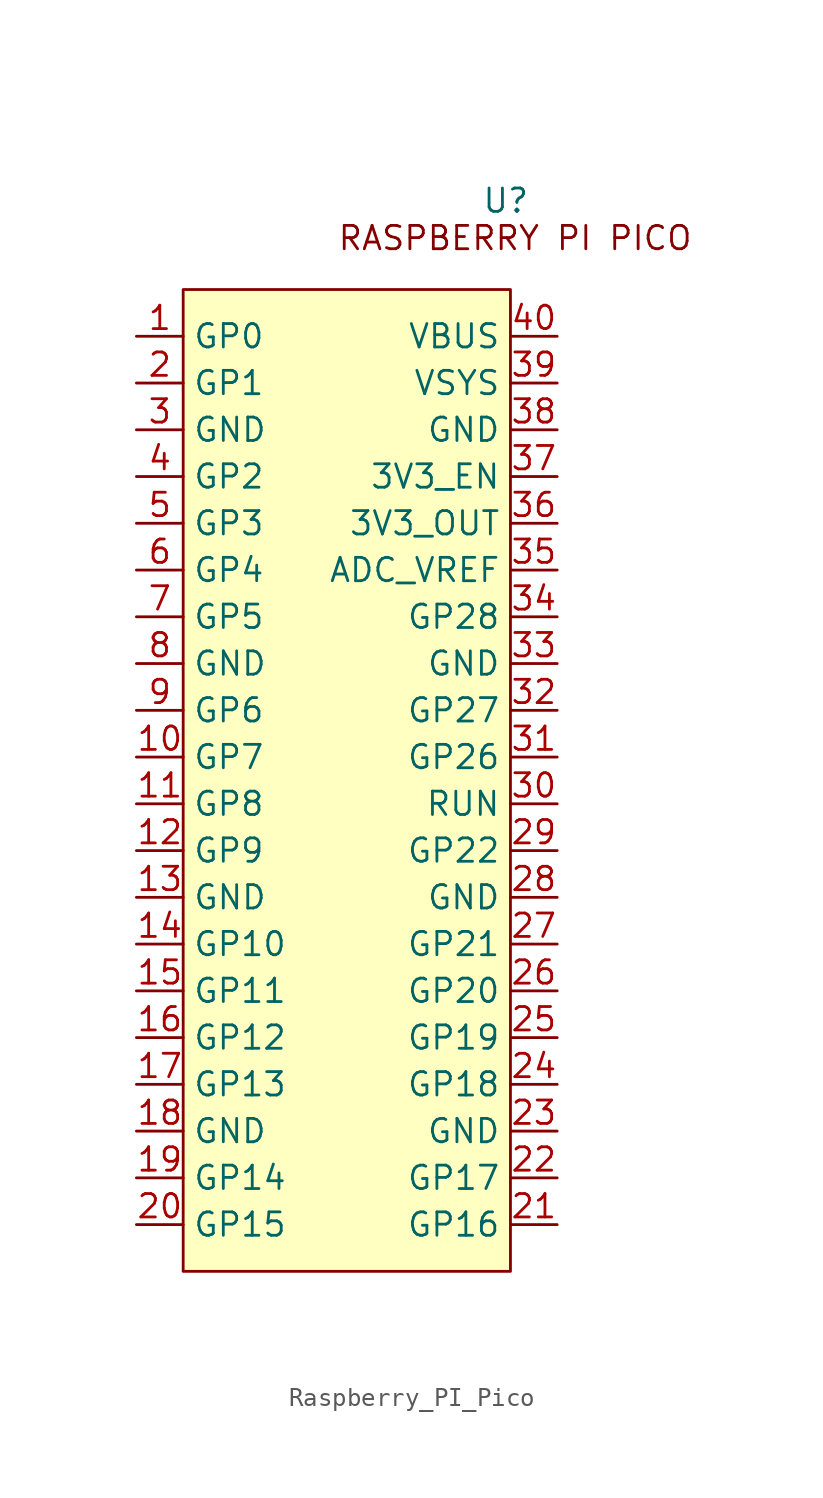
<source format=kicad_sym>
(kicad_symbol_lib
  (version 20231120)
  (generator "kicad_symbol_editor")
  (generator_version "8.0")
  (symbol "Raspberry_PI_Pico"
    (property "Reference" "U"
      (at 8.636 18.796 0)
      (effects (font (size 1.27 1.27))))
    (property "Value" ""
      (at 0 0 0)
      (effects (font (size 1.27 1.27))))
    (symbol "Raspberry_PI_Pico_1_1"
      (rectangle (start -8.89 13.97) (end 8.89 -39.37) (stroke (width 0) (type default) (color 132 0 0 1)) (fill (type color) (color 255 255 194 1)))
      (text "RASPBERRY PI PICO" (at 9.144 16.764 0) (effects (font (size 1.27 1.27))))
      (pin bidirectional line (at -11.43 11.43 0) (length 2.54) (name "GP0" (effects (font (size 1.27 1.27)))) (number "1" (effects (font (size 1.27 1.27)))))
      (pin bidirectional line (at -11.43 -11.43 0) (length 2.54) (name "GP7" (effects (font (size 1.27 1.27)))) (number "10" (effects (font (size 1.27 1.27)))))
      (pin bidirectional line (at -11.43 -13.97 0) (length 2.54) (name "GP8" (effects (font (size 1.27 1.27)))) (number "11" (effects (font (size 1.27 1.27)))))
      (pin bidirectional line (at -11.43 -16.51 0) (length 2.54) (name "GP9" (effects (font (size 1.27 1.27)))) (number "12" (effects (font (size 1.27 1.27)))))
      (pin power_in line (at -11.43 -19.05 0) (length 2.54) (name "GND" (effects (font (size 1.27 1.27)))) (number "13" (effects (font (size 1.27 1.27)))))
      (pin bidirectional line (at -11.43 -21.59 0) (length 2.54) (name "GP10" (effects (font (size 1.27 1.27)))) (number "14" (effects (font (size 1.27 1.27)))))
      (pin bidirectional line (at -11.43 -24.13 0) (length 2.54) (name "GP11" (effects (font (size 1.27 1.27)))) (number "15" (effects (font (size 1.27 1.27)))))
      (pin bidirectional line (at -11.43 -26.67 0) (length 2.54) (name "GP12" (effects (font (size 1.27 1.27)))) (number "16" (effects (font (size 1.27 1.27)))))
      (pin bidirectional line (at -11.43 -29.21 0) (length 2.54) (name "GP13" (effects (font (size 1.27 1.27)))) (number "17" (effects (font (size 1.27 1.27)))))
      (pin power_in line (at -11.43 -31.75 0) (length 2.54) (name "GND" (effects (font (size 1.27 1.27)))) (number "18" (effects (font (size 1.27 1.27)))))
      (pin bidirectional line (at -11.43 -34.29 0) (length 2.54) (name "GP14" (effects (font (size 1.27 1.27)))) (number "19" (effects (font (size 1.27 1.27)))))
      (pin bidirectional line (at -11.43 8.89 0) (length 2.54) (name "GP1" (effects (font (size 1.27 1.27)))) (number "2" (effects (font (size 1.27 1.27)))))
      (pin bidirectional line (at -11.43 -36.83 0) (length 2.54) (name "GP15" (effects (font (size 1.27 1.27)))) (number "20" (effects (font (size 1.27 1.27)))))
      (pin bidirectional line (at 11.43 -36.83 180) (length 2.54) (name "GP16" (effects (font (size 1.27 1.27)))) (number "21" (effects (font (size 1.27 1.27)))))
      (pin bidirectional line (at 11.43 -34.29 180) (length 2.54) (name "GP17" (effects (font (size 1.27 1.27)))) (number "22" (effects (font (size 1.27 1.27)))))
      (pin power_in line (at 11.43 -31.75 180) (length 2.54) (name "GND" (effects (font (size 1.27 1.27)))) (number "23" (effects (font (size 1.27 1.27)))))
      (pin bidirectional line (at 11.43 -29.21 180) (length 2.54) (name "GP18" (effects (font (size 1.27 1.27)))) (number "24" (effects (font (size 1.27 1.27)))))
      (pin bidirectional line (at 11.43 -26.67 180) (length 2.54) (name "GP19" (effects (font (size 1.27 1.27)))) (number "25" (effects (font (size 1.27 1.27)))))
      (pin bidirectional line (at 11.43 -24.13 180) (length 2.54) (name "GP20" (effects (font (size 1.27 1.27)))) (number "26" (effects (font (size 1.27 1.27)))))
      (pin bidirectional line (at 11.43 -21.59 180) (length 2.54) (name "GP21" (effects (font (size 1.27 1.27)))) (number "27" (effects (font (size 1.27 1.27)))))
      (pin power_in line (at 11.43 -19.05 180) (length 2.54) (name "GND" (effects (font (size 1.27 1.27)))) (number "28" (effects (font (size 1.27 1.27)))))
      (pin bidirectional line (at 11.43 -16.51 180) (length 2.54) (name "GP22" (effects (font (size 1.27 1.27)))) (number "29" (effects (font (size 1.27 1.27)))))
      (pin power_in line (at -11.43 6.35 0) (length 2.54) (name "GND" (effects (font (size 1.27 1.27)))) (number "3" (effects (font (size 1.27 1.27)))))
      (pin input line (at 11.43 -13.97 180) (length 2.54) (name "RUN" (effects (font (size 1.27 1.27)))) (number "30" (effects (font (size 1.27 1.27)))))
      (pin bidirectional line (at 11.43 -11.43 180) (length 2.54) (name "GP26" (effects (font (size 1.27 1.27)))) (number "31" (effects (font (size 1.27 1.27)))))
      (pin bidirectional line (at 11.43 -8.89 180) (length 2.54) (name "GP27" (effects (font (size 1.27 1.27)))) (number "32" (effects (font (size 1.27 1.27)))))
      (pin power_in line (at 11.43 -6.35 180) (length 2.54) (name "GND" (effects (font (size 1.27 1.27)))) (number "33" (effects (font (size 1.27 1.27)))))
      (pin bidirectional line (at 11.43 -3.81 180) (length 2.54) (name "GP28" (effects (font (size 1.27 1.27)))) (number "34" (effects (font (size 1.27 1.27)))))
      (pin input line (at 11.43 -1.27 180) (length 2.54) (name "ADC_VREF" (effects (font (size 1.27 1.27)))) (number "35" (effects (font (size 1.27 1.27)))))
      (pin power_out line (at 11.43 1.27 180) (length 2.54) (name "3V3_OUT" (effects (font (size 1.27 1.27)))) (number "36" (effects (font (size 1.27 1.27)))))
      (pin input line (at 11.43 3.81 180) (length 2.54) (name "3V3_EN" (effects (font (size 1.27 1.27)))) (number "37" (effects (font (size 1.27 1.27)))))
      (pin power_in line (at 11.43 6.35 180) (length 2.54) (name "GND" (effects (font (size 1.27 1.27)))) (number "38" (effects (font (size 1.27 1.27)))))
      (pin power_in line (at 11.43 8.89 180) (length 2.54) (name "VSYS" (effects (font (size 1.27 1.27)))) (number "39" (effects (font (size 1.27 1.27)))))
      (pin bidirectional line (at -11.43 3.81 0) (length 2.54) (name "GP2" (effects (font (size 1.27 1.27)))) (number "4" (effects (font (size 1.27 1.27)))))
      (pin power_in line (at 11.43 11.43 180) (length 2.54) (name "VBUS" (effects (font (size 1.27 1.27)))) (number "40" (effects (font (size 1.27 1.27)))))
      (pin bidirectional line (at -11.43 1.27 0) (length 2.54) (name "GP3" (effects (font (size 1.27 1.27)))) (number "5" (effects (font (size 1.27 1.27)))))
      (pin bidirectional line (at -11.43 -1.27 0) (length 2.54) (name "GP4" (effects (font (size 1.27 1.27)))) (number "6" (effects (font (size 1.27 1.27)))))
      (pin bidirectional line (at -11.43 -3.81 0) (length 2.54) (name "GP5" (effects (font (size 1.27 1.27)))) (number "7" (effects (font (size 1.27 1.27)))))
      (pin power_in line (at -11.43 -6.35 0) (length 2.54) (name "GND" (effects (font (size 1.27 1.27)))) (number "8" (effects (font (size 1.27 1.27)))))
      (pin bidirectional line (at -11.43 -8.89 0) (length 2.54) (name "GP6" (effects (font (size 1.27 1.27)))) (number "9" (effects (font (size 1.27 1.27))))))))
</source>
